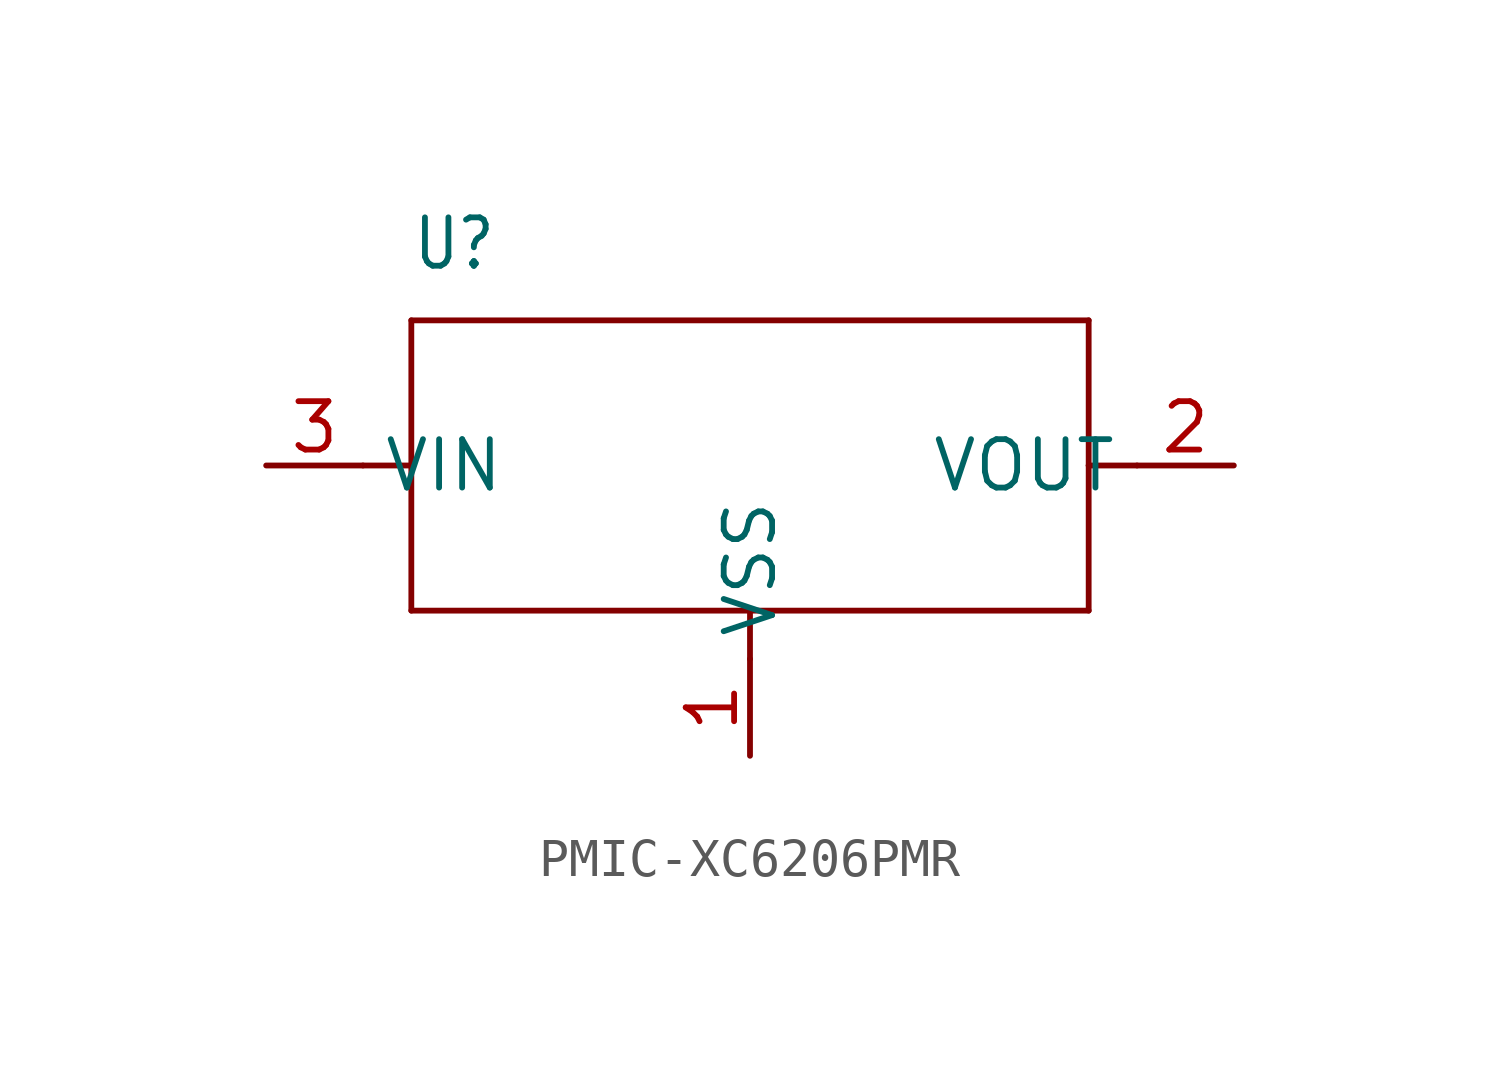
<source format=kicad_sym>
(kicad_symbol_lib
  (version 20231120)
  (generator "kicad_symbol_editor")
  (generator_version "8.0")
  (symbol "PMIC-XC6206PMR"
    (property "Reference" "U"
      (at -8.89 5.08 0)
      (effects (font (size 1.27 1.079)) (justify left bottom)))
    (property "Value" ""
      (at -1.27 5.08 0)
      (effects (font (size 1.27 1.079)) (justify left bottom)))
    (property "ki_locked" ""
      (at 0 0 0)
      (effects (font (size 1.27 1.27))))
    (symbol "PMIC-XC6206PMR_1_0"
      (polyline (pts (xy -10.16 0) (xy -8.89 0)) (stroke (width 0.152) (type solid)) (fill (type none)))
      (polyline (pts (xy -8.89 -3.81) (xy -8.89 0)) (stroke (width 0.152) (type solid)) (fill (type none)))
      (polyline (pts (xy -8.89 0) (xy -8.89 3.81)) (stroke (width 0.152) (type solid)) (fill (type none)))
      (polyline (pts (xy -8.89 3.81) (xy 8.89 3.81)) (stroke (width 0.152) (type solid)) (fill (type none)))
      (polyline (pts (xy 0 -5.08) (xy 0 -3.81)) (stroke (width 0.152) (type solid)) (fill (type none)))
      (polyline (pts (xy 0 -3.81) (xy -8.89 -3.81)) (stroke (width 0.152) (type solid)) (fill (type none)))
      (polyline (pts (xy 8.89 -3.81) (xy 0 -3.81)) (stroke (width 0.152) (type solid)) (fill (type none)))
      (polyline (pts (xy 8.89 0) (xy 8.89 -3.81)) (stroke (width 0.152) (type solid)) (fill (type none)))
      (polyline (pts (xy 8.89 3.81) (xy 8.89 0)) (stroke (width 0.152) (type solid)) (fill (type none)))
      (polyline (pts (xy 10.16 0) (xy 8.89 0)) (stroke (width 0.152) (type solid)) (fill (type none)))
      (pin bidirectional line (at 0 -7.62 90) (length 2.54) (name "VSS" (effects (font (size 1.27 1.27)))) (number "1" (effects (font (size 1.27 1.27)))))
      (pin bidirectional line (at 12.7 0 180) (length 2.54) (name "VOUT" (effects (font (size 1.27 1.27)))) (number "2" (effects (font (size 1.27 1.27)))))
      (pin bidirectional line (at -12.7 0 0) (length 2.54) (name "VIN" (effects (font (size 1.27 1.27)))) (number "3" (effects (font (size 1.27 1.27))))))))
</source>
